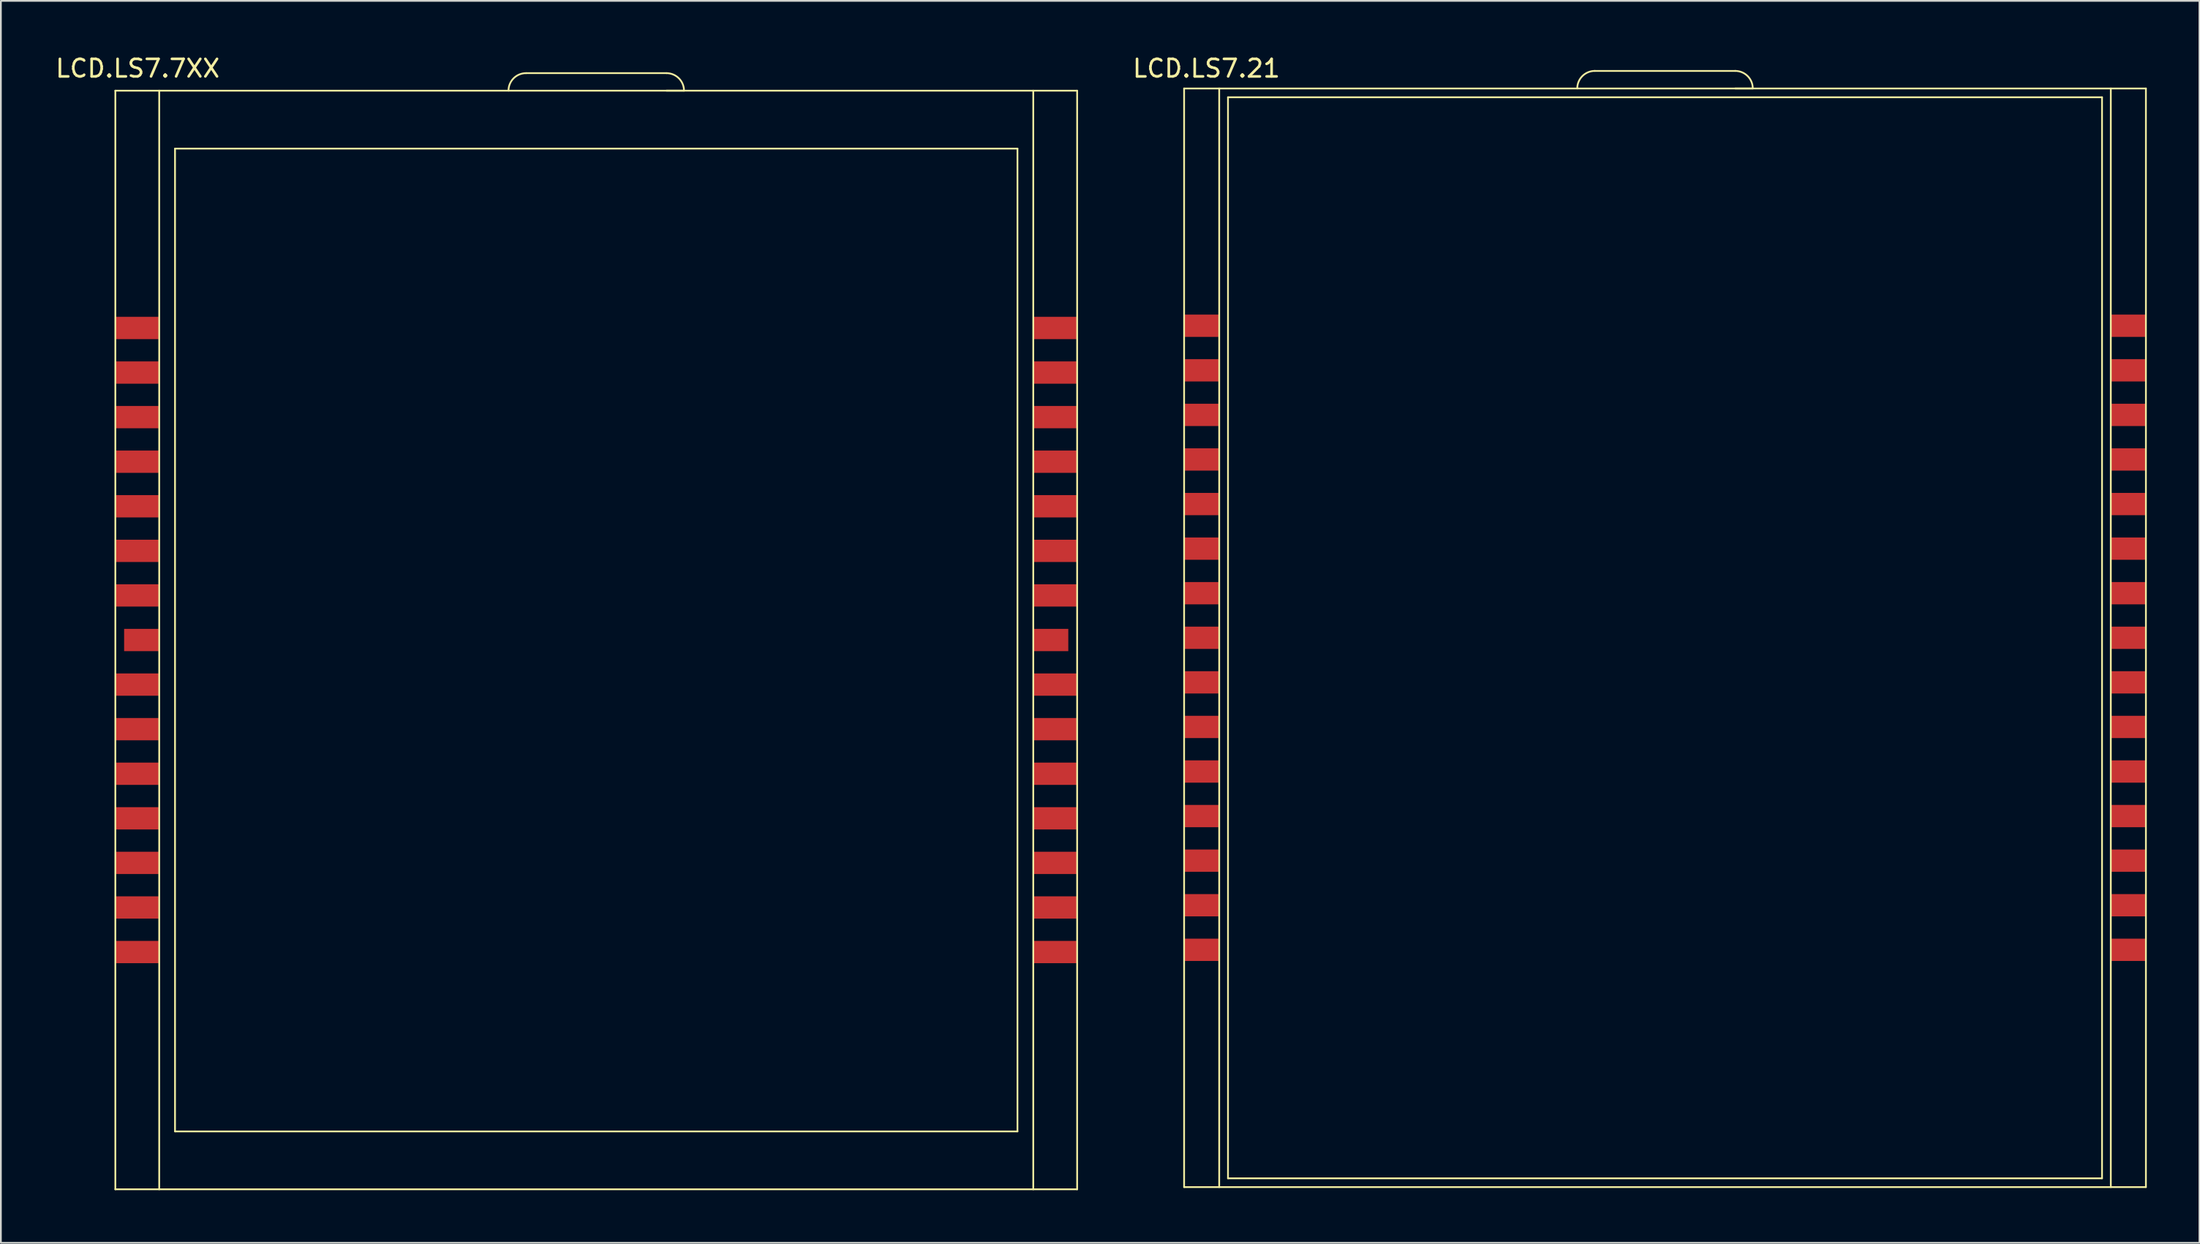
<source format=kicad_pcb>
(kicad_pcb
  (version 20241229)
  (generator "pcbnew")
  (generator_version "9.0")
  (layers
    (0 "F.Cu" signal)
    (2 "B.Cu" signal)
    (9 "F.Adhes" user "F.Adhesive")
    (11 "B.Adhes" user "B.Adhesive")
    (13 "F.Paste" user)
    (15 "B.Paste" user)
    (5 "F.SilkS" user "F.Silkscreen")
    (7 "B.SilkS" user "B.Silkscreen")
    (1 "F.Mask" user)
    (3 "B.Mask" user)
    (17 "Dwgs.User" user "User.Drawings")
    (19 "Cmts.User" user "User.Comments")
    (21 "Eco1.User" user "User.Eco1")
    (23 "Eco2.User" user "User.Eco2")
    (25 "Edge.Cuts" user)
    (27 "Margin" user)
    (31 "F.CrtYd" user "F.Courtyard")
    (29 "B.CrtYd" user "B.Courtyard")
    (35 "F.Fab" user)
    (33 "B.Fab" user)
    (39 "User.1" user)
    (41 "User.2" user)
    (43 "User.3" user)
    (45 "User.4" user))
  (footprint "LCD.LS7.7XX"
    (layer "F.Cu")
    (at 29.938 34.757)
    (property "Reference" "LCD.LS7.7XX" (at -25.146 -33.909 0) (layer "F.SilkS") (effects (font (size 1 1) (thickness 0.15))))
    (attr through_hole)
    (fp_line (start -26.416 -32.639) (end -26.416 29.961) (stroke (width 0.1) (type solid)) (layer "F.SilkS"))
    (fp_line (start -26.416 -32.639) (end 28.384 -32.639) (stroke (width 0.1) (type solid)) (layer "F.SilkS"))
    (fp_line (start -26.416 29.961) (end 28.384 29.961) (stroke (width 0.1) (type solid)) (layer "F.SilkS"))
    (fp_line (start -23.916 -32.639) (end -23.916 29.961) (stroke (width 0.1) (type solid)) (layer "F.SilkS"))
    (fp_line (start -23.016 -29.339) (end -23.016 26.661) (stroke (width 0.1) (type solid)) (layer "F.SilkS"))
    (fp_line (start -23.016 -29.339) (end 24.984 -29.339) (stroke (width 0.1) (type solid)) (layer "F.SilkS"))
    (fp_line (start -23.016 26.661) (end 24.984 26.661) (stroke (width 0.1) (type solid)) (layer "F.SilkS"))
    (fp_line (start -3.016 -33.639) (end 4.984 -33.639) (stroke (width 0.1) (type solid)) (layer "F.SilkS"))
    (fp_line (start 5.984 -32.639) (end 4.984 -32.639) (stroke (width 0.1) (type solid)) (layer "F.SilkS"))
    (fp_line (start 24.984 -29.339) (end 24.984 26.661) (stroke (width 0.1) (type solid)) (layer "F.SilkS"))
    (fp_line (start 25.884 -32.639) (end 25.884 29.961) (stroke (width 0.1) (type solid)) (layer "F.SilkS"))
    (fp_line (start 28.384 -32.639) (end 28.384 29.961) (stroke (width 0.1) (type solid)) (layer "F.SilkS"))
    (fp_arc (start -4.016 -32.639) (mid -3.723107 -33.346107) (end -3.016 -33.639) (stroke (width 0.1) (type solid)) (layer "F.SilkS"))
    (fp_arc (start 4.984 -33.639) (mid 5.691107 -33.346107) (end 5.984 -32.639) (stroke (width 0.1) (type solid)) (layer "F.SilkS"))
    (pad "1" smd rect (at -25.166 -19.119) (size 2.5 1.27) (layers "F.Cu" "F.Mask" "F.Paste"))
    (pad "2" smd rect (at -25.166 -16.579) (size 2.5 1.27) (layers "F.Cu" "F.Mask" "F.Paste"))
    (pad "3" smd rect (at -25.166 -14.039) (size 2.5 1.27) (layers "F.Cu" "F.Mask" "F.Paste"))
    (pad "4" smd rect (at -25.166 -11.499) (size 2.5 1.27) (layers "F.Cu" "F.Mask" "F.Paste"))
    (pad "5" smd rect (at -25.166 -8.959) (size 2.5 1.27) (layers "F.Cu" "F.Mask" "F.Paste"))
    (pad "6" smd rect (at -25.166 -6.419) (size 2.5 1.27) (layers "F.Cu" "F.Mask" "F.Paste"))
    (pad "7" smd rect (at -25.166 -3.879) (size 2.5 1.27) (layers "F.Cu" "F.Mask" "F.Paste"))
    (pad "8" smd rect (at -24.916 -1.339) (size 2 1.27) (layers "F.Cu" "F.Mask" "F.Paste"))
    (pad "9" smd rect (at -25.166 1.201) (size 2.5 1.27) (layers "F.Cu" "F.Mask" "F.Paste"))
    (pad "10" smd rect (at -25.166 3.741) (size 2.5 1.27) (layers "F.Cu" "F.Mask" "F.Paste"))
    (pad "11" smd rect (at -25.166 6.281) (size 2.5 1.27) (layers "F.Cu" "F.Mask" "F.Paste"))
    (pad "12" smd rect (at -25.166 8.821) (size 2.5 1.27) (layers "F.Cu" "F.Mask" "F.Paste"))
    (pad "13" smd rect (at -25.166 11.361) (size 2.5 1.27) (layers "F.Cu" "F.Mask" "F.Paste"))
    (pad "14" smd rect (at -25.166 13.901) (size 2.5 1.27) (layers "F.Cu" "F.Mask" "F.Paste"))
    (pad "15" smd rect (at -25.166 16.441) (size 2.5 1.27) (layers "F.Cu" "F.Mask" "F.Paste"))
    (pad "16" smd rect (at 27.13 16.441) (size 2.5 1.27) (layers "F.Cu" "F.Mask" "F.Paste"))
    (pad "17" smd rect (at 27.13 13.901) (size 2.5 1.27) (layers "F.Cu" "F.Mask" "F.Paste"))
    (pad "18" smd rect (at 27.13 11.361) (size 2.5 1.27) (layers "F.Cu" "F.Mask" "F.Paste"))
    (pad "19" smd rect (at 27.13 8.821) (size 2.5 1.27) (layers "F.Cu" "F.Mask" "F.Paste"))
    (pad "20" smd rect (at 27.13 6.281) (size 2.5 1.27) (layers "F.Cu" "F.Mask" "F.Paste"))
    (pad "21" smd rect (at 27.13 3.741) (size 2.5 1.27) (layers "F.Cu" "F.Mask" "F.Paste"))
    (pad "22" smd rect (at 27.13 1.201) (size 2.5 1.27) (layers "F.Cu" "F.Mask" "F.Paste"))
    (pad "23" smd rect (at 26.88 -1.339) (size 2 1.27) (layers "F.Cu" "F.Mask" "F.Paste"))
    (pad "24" smd rect (at 27.13 -3.879) (size 2.5 1.27) (layers "F.Cu" "F.Mask" "F.Paste"))
    (pad "25" smd rect (at 27.13 -6.419) (size 2.5 1.27) (layers "F.Cu" "F.Mask" "F.Paste"))
    (pad "26" smd rect (at 27.13 -8.959) (size 2.5 1.27) (layers "F.Cu" "F.Mask" "F.Paste"))
    (pad "27" smd rect (at 27.13 -11.499) (size 2.5 1.27) (layers "F.Cu" "F.Mask" "F.Paste"))
    (pad "28" smd rect (at 27.13 -14.039) (size 2.5 1.27) (layers "F.Cu" "F.Mask" "F.Paste"))
    (pad "29" smd rect (at 27.13 -16.579) (size 2.5 1.27) (layers "F.Cu" "F.Mask" "F.Paste"))
    (pad "30" smd rect (at 27.13 -19.119) (size 2.5 1.27) (layers "F.Cu" "F.Mask" "F.Paste")))
  (footprint "LCD.LS7.21"
    (layer "F.Cu")
    (at 91.341 36.408)
    (property "Reference" "LCD.LS7.21" (at -25.654 -35.56 0) (layer "F.SilkS") (effects (font (size 1 1) (thickness 0.15))))
    (attr through_hole)
    (fp_line (start -26.924 -34.417) (end -26.924 28.183) (stroke (width 0.1) (type solid)) (layer "F.SilkS"))
    (fp_line (start -26.924 -34.417) (end 27.876 -34.417) (stroke (width 0.1) (type solid)) (layer "F.SilkS"))
    (fp_line (start -26.924 28.183) (end 27.876 28.183) (stroke (width 0.1) (type solid)) (layer "F.SilkS"))
    (fp_line (start -24.924 -34.417) (end -24.924 28.183) (stroke (width 0.1) (type solid)) (layer "F.SilkS"))
    (fp_line (start -24.424 -33.917) (end -24.424 27.683) (stroke (width 0.1) (type solid)) (layer "F.SilkS"))
    (fp_line (start -24.424 -33.917) (end 25.376 -33.917) (stroke (width 0.1) (type solid)) (layer "F.SilkS"))
    (fp_line (start -24.424 27.683) (end 25.376 27.683) (stroke (width 0.1) (type solid)) (layer "F.SilkS"))
    (fp_line (start -3.524 -35.417) (end 4.476 -35.417) (stroke (width 0.1) (type solid)) (layer "F.SilkS"))
    (fp_line (start 5.476 -34.417) (end 4.476 -34.417) (stroke (width 0.1) (type solid)) (layer "F.SilkS"))
    (fp_line (start 25.376 -33.917) (end 25.376 27.683) (stroke (width 0.1) (type solid)) (layer "F.SilkS"))
    (fp_line (start 25.876 -34.417) (end 25.876 28.183) (stroke (width 0.1) (type solid)) (layer "F.SilkS"))
    (fp_line (start 27.876 -34.417) (end 27.876 28.183) (stroke (width 0.1) (type solid)) (layer "F.SilkS"))
    (fp_arc (start -4.524 -34.417) (mid -4.231107 -35.124107) (end -3.524 -35.417) (stroke (width 0.1) (type solid)) (layer "F.SilkS"))
    (fp_arc (start 4.476 -35.417) (mid 5.183107 -35.124107) (end 5.476 -34.417) (stroke (width 0.1) (type solid)) (layer "F.SilkS"))
    (pad "1" smd rect (at -25.924 -20.897) (size 2 1.27) (layers "F.Cu" "F.Mask" "F.Paste"))
    (pad "2" smd rect (at -25.924 -18.357) (size 2 1.27) (layers "F.Cu" "F.Mask" "F.Paste"))
    (pad "3" smd rect (at -25.924 -15.817) (size 2 1.27) (layers "F.Cu" "F.Mask" "F.Paste"))
    (pad "4" smd rect (at -25.924 -13.277) (size 2 1.27) (layers "F.Cu" "F.Mask" "F.Paste"))
    (pad "5" smd rect (at -25.924 -10.737) (size 2 1.27) (layers "F.Cu" "F.Mask" "F.Paste"))
    (pad "6" smd rect (at -25.924 -8.197) (size 2 1.27) (layers "F.Cu" "F.Mask" "F.Paste"))
    (pad "7" smd rect (at -25.924 -5.657) (size 2 1.27) (layers "F.Cu" "F.Mask" "F.Paste"))
    (pad "8" smd rect (at -25.924 -3.117) (size 2 1.27) (layers "F.Cu" "F.Mask" "F.Paste"))
    (pad "9" smd rect (at -25.924 -0.577) (size 2 1.27) (layers "F.Cu" "F.Mask" "F.Paste"))
    (pad "10" smd rect (at -25.924 1.963) (size 2 1.27) (layers "F.Cu" "F.Mask" "F.Paste"))
    (pad "11" smd rect (at -25.924 4.503) (size 2 1.27) (layers "F.Cu" "F.Mask" "F.Paste"))
    (pad "12" smd rect (at -25.924 7.043) (size 2 1.27) (layers "F.Cu" "F.Mask" "F.Paste"))
    (pad "13" smd rect (at -25.924 9.583) (size 2 1.27) (layers "F.Cu" "F.Mask" "F.Paste"))
    (pad "14" smd rect (at -25.924 12.123) (size 2 1.27) (layers "F.Cu" "F.Mask" "F.Paste"))
    (pad "15" smd rect (at -25.924 14.663) (size 2 1.27) (layers "F.Cu" "F.Mask" "F.Paste"))
    (pad "16" smd rect (at 26.876 14.663) (size 2 1.27) (layers "F.Cu" "F.Mask" "F.Paste"))
    (pad "17" smd rect (at 26.876 12.123) (size 2 1.27) (layers "F.Cu" "F.Mask" "F.Paste"))
    (pad "18" smd rect (at 26.876 9.583) (size 2 1.27) (layers "F.Cu" "F.Mask" "F.Paste"))
    (pad "19" smd rect (at 26.876 7.043) (size 2 1.27) (layers "F.Cu" "F.Mask" "F.Paste"))
    (pad "20" smd rect (at 26.876 4.503) (size 2 1.27) (layers "F.Cu" "F.Mask" "F.Paste"))
    (pad "21" smd rect (at 26.876 1.963) (size 2 1.27) (layers "F.Cu" "F.Mask" "F.Paste"))
    (pad "22" smd rect (at 26.876 -0.577) (size 2 1.27) (layers "F.Cu" "F.Mask" "F.Paste"))
    (pad "23" smd rect (at 26.876 -3.117) (size 2 1.27) (layers "F.Cu" "F.Mask" "F.Paste"))
    (pad "24" smd rect (at 26.876 -5.657) (size 2 1.27) (layers "F.Cu" "F.Mask" "F.Paste"))
    (pad "25" smd rect (at 26.876 -8.197) (size 2 1.27) (layers "F.Cu" "F.Mask" "F.Paste"))
    (pad "26" smd rect (at 26.876 -10.737) (size 2 1.27) (layers "F.Cu" "F.Mask" "F.Paste"))
    (pad "27" smd rect (at 26.876 -13.277) (size 2 1.27) (layers "F.Cu" "F.Mask" "F.Paste"))
    (pad "28" smd rect (at 26.876 -15.817) (size 2 1.27) (layers "F.Cu" "F.Mask" "F.Paste"))
    (pad "29" smd rect (at 26.876 -18.357) (size 2 1.27) (layers "F.Cu" "F.Mask" "F.Paste"))
    (pad "30" smd rect (at 26.876 -20.897) (size 2 1.27) (layers "F.Cu" "F.Mask" "F.Paste")))
  (gr_rect
    (start -3 -3)
    (end 122.267 67.768)
    (stroke (width 0.1) (type default))
    (fill no)
    (layer "Edge.Cuts")))
</source>
